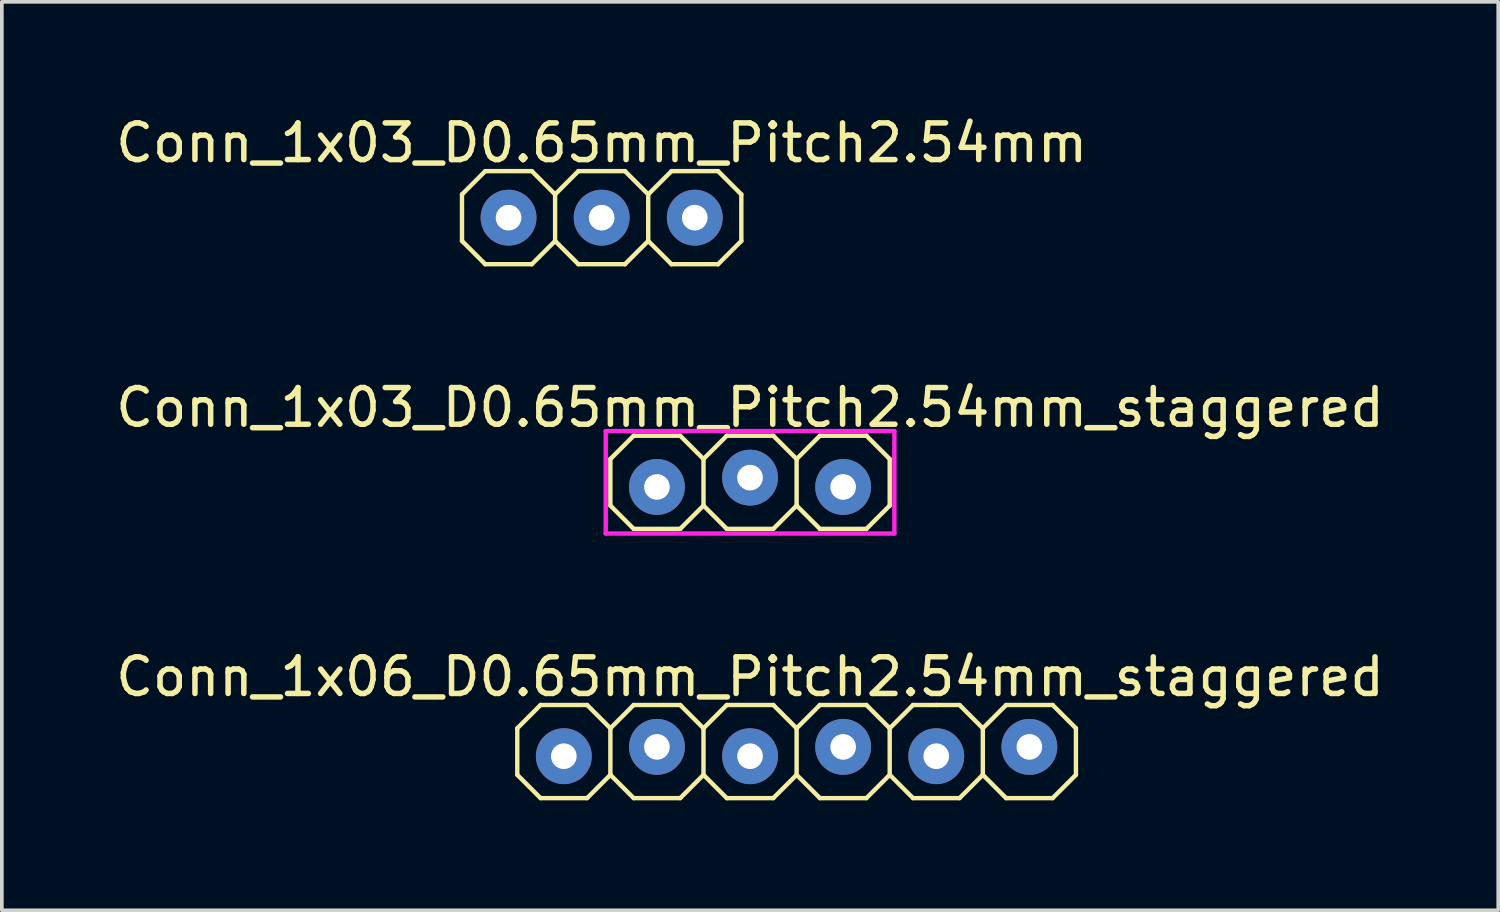
<source format=kicad_pcb>
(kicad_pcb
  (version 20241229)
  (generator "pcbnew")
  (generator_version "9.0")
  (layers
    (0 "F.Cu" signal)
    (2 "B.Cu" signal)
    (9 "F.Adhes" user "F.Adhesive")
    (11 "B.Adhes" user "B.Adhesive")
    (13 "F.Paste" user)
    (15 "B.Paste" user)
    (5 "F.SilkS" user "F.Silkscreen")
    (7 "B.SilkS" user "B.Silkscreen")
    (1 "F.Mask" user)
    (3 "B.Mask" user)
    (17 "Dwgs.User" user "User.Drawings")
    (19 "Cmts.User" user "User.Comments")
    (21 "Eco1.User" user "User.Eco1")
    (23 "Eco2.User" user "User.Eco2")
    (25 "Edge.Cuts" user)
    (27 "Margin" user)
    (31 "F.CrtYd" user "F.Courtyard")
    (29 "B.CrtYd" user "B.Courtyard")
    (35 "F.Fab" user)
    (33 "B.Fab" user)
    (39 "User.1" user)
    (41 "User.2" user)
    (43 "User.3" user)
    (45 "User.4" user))
  (footprint "Conn_1x03_D0.65mm_Pitch2.54mm_staggered"
    (layer "F.Cu")
    (at 17.411 10.107)
    (property "Reference" "Conn_1x03_D0.65mm_Pitch2.54mm_staggered" (at 0 -2.04 0) (layer "F.SilkS") (effects (font (size 1 1) (thickness 0.15))))
    (attr through_hole)
    (fp_line (start -3.81 -0.635) (end -3.81 0.635) (stroke (width 0.12) (type solid)) (layer "F.SilkS"))
    (fp_line (start -3.81 0.635) (end -3.175 1.27) (stroke (width 0.12) (type solid)) (layer "F.SilkS"))
    (fp_line (start -3.175 -1.27) (end -3.81 -0.635) (stroke (width 0.12) (type solid)) (layer "F.SilkS"))
    (fp_line (start -3.175 1.27) (end -1.905 1.27) (stroke (width 0.12) (type solid)) (layer "F.SilkS"))
    (fp_line (start -1.905 -1.27) (end -3.175 -1.27) (stroke (width 0.12) (type solid)) (layer "F.SilkS"))
    (fp_line (start -1.905 1.27) (end -1.27 0.635) (stroke (width 0.12) (type solid)) (layer "F.SilkS"))
    (fp_line (start -1.27 -0.635) (end -1.905 -1.27) (stroke (width 0.12) (type solid)) (layer "F.SilkS"))
    (fp_line (start -1.27 0.635) (end -1.27 -0.635) (stroke (width 0.12) (type solid)) (layer "F.SilkS"))
    (fp_line (start -1.27 0.635) (end -0.635 1.27) (stroke (width 0.12) (type solid)) (layer "F.SilkS"))
    (fp_line (start -0.635 -1.27) (end -1.27 -0.635) (stroke (width 0.12) (type solid)) (layer "F.SilkS"))
    (fp_line (start -0.635 1.27) (end 0.635 1.27) (stroke (width 0.12) (type solid)) (layer "F.SilkS"))
    (fp_line (start 0.635 -1.27) (end -0.635 -1.27) (stroke (width 0.12) (type solid)) (layer "F.SilkS"))
    (fp_line (start 0.635 1.27) (end 1.27 0.635) (stroke (width 0.12) (type solid)) (layer "F.SilkS"))
    (fp_line (start 1.27 -0.635) (end 0.635 -1.27) (stroke (width 0.12) (type solid)) (layer "F.SilkS"))
    (fp_line (start 1.27 0.635) (end 1.27 -0.635) (stroke (width 0.12) (type solid)) (layer "F.SilkS"))
    (fp_line (start 1.27 0.635) (end 1.905 1.27) (stroke (width 0.12) (type solid)) (layer "F.SilkS"))
    (fp_line (start 1.905 -1.27) (end 1.27 -0.635) (stroke (width 0.12) (type solid)) (layer "F.SilkS"))
    (fp_line (start 1.905 1.27) (end 3.175 1.27) (stroke (width 0.12) (type solid)) (layer "F.SilkS"))
    (fp_line (start 3.175 -1.27) (end 1.905 -1.27) (stroke (width 0.12) (type solid)) (layer "F.SilkS"))
    (fp_line (start 3.175 1.27) (end 3.81 0.635) (stroke (width 0.12) (type solid)) (layer "F.SilkS"))
    (fp_line (start 3.81 -0.635) (end 3.175 -1.27) (stroke (width 0.12) (type solid)) (layer "F.SilkS"))
    (fp_line (start 3.81 0.635) (end 3.81 -0.635) (stroke (width 0.12) (type solid)) (layer "F.SilkS"))
    (fp_line (start -3.937 -1.397) (end 3.937 -1.397) (stroke (width 0.12) (type solid)) (layer "F.CrtYd"))
    (fp_line (start -3.937 1.397) (end -3.937 -1.397) (stroke (width 0.12) (type solid)) (layer "F.CrtYd"))
    (fp_line (start -3.937 1.397) (end 3.937 1.397) (stroke (width 0.12) (type solid)) (layer "F.CrtYd"))
    (fp_line (start 3.937 1.397) (end 3.937 -1.397) (stroke (width 0.12) (type solid)) (layer "F.CrtYd"))
    (pad "1" thru_hole circle (at -2.54 0.127) (size 1.524 1.524) (drill 0.7) (layers "*.Cu" "*.Mask"))
    (pad "2" thru_hole circle (at 0 -0.127) (size 1.524 1.524) (drill 0.7) (layers "*.Cu" "*.Mask"))
    (pad "3" thru_hole circle (at 2.54 0.127) (size 1.524 1.524) (drill 0.7) (layers "*.Cu" "*.Mask")))
  (footprint "Conn_1x03_D0.65mm_Pitch2.54mm"
    (layer "F.Cu")
    (at 13.363 2.888)
    (property "Reference" "Conn_1x03_D0.65mm_Pitch2.54mm" (at 0 -2.04 0) (layer "F.SilkS") (effects (font (size 1 1) (thickness 0.15))))
    (attr through_hole)
    (fp_line (start -3.81 -0.635) (end -3.81 0.635) (stroke (width 0.12) (type solid)) (layer "F.SilkS"))
    (fp_line (start -3.81 0.635) (end -3.175 1.27) (stroke (width 0.12) (type solid)) (layer "F.SilkS"))
    (fp_line (start -3.175 -1.27) (end -3.81 -0.635) (stroke (width 0.12) (type solid)) (layer "F.SilkS"))
    (fp_line (start -3.175 1.27) (end -1.905 1.27) (stroke (width 0.12) (type solid)) (layer "F.SilkS"))
    (fp_line (start -1.905 -1.27) (end -3.175 -1.27) (stroke (width 0.12) (type solid)) (layer "F.SilkS"))
    (fp_line (start -1.905 1.27) (end -1.27 0.635) (stroke (width 0.12) (type solid)) (layer "F.SilkS"))
    (fp_line (start -1.27 -0.635) (end -1.905 -1.27) (stroke (width 0.12) (type solid)) (layer "F.SilkS"))
    (fp_line (start -1.27 0.635) (end -1.27 -0.635) (stroke (width 0.12) (type solid)) (layer "F.SilkS"))
    (fp_line (start -1.27 0.635) (end -0.635 1.27) (stroke (width 0.12) (type solid)) (layer "F.SilkS"))
    (fp_line (start -0.635 -1.27) (end -1.27 -0.635) (stroke (width 0.12) (type solid)) (layer "F.SilkS"))
    (fp_line (start -0.635 1.27) (end 0.635 1.27) (stroke (width 0.12) (type solid)) (layer "F.SilkS"))
    (fp_line (start 0.635 -1.27) (end -0.635 -1.27) (stroke (width 0.12) (type solid)) (layer "F.SilkS"))
    (fp_line (start 0.635 1.27) (end 1.27 0.635) (stroke (width 0.12) (type solid)) (layer "F.SilkS"))
    (fp_line (start 1.27 -0.635) (end 0.635 -1.27) (stroke (width 0.12) (type solid)) (layer "F.SilkS"))
    (fp_line (start 1.27 0.635) (end 1.27 -0.635) (stroke (width 0.12) (type solid)) (layer "F.SilkS"))
    (fp_line (start 1.27 0.635) (end 1.905 1.27) (stroke (width 0.12) (type solid)) (layer "F.SilkS"))
    (fp_line (start 1.905 -1.27) (end 1.27 -0.635) (stroke (width 0.12) (type solid)) (layer "F.SilkS"))
    (fp_line (start 1.905 1.27) (end 3.175 1.27) (stroke (width 0.12) (type solid)) (layer "F.SilkS"))
    (fp_line (start 3.175 -1.27) (end 1.905 -1.27) (stroke (width 0.12) (type solid)) (layer "F.SilkS"))
    (fp_line (start 3.175 1.27) (end 3.81 0.635) (stroke (width 0.12) (type solid)) (layer "F.SilkS"))
    (fp_line (start 3.81 -0.635) (end 3.175 -1.27) (stroke (width 0.12) (type solid)) (layer "F.SilkS"))
    (fp_line (start 3.81 0.635) (end 3.81 -0.635) (stroke (width 0.12) (type solid)) (layer "F.SilkS"))
    (pad "1" thru_hole circle (at -2.54 0) (size 1.524 1.524) (drill 0.7) (layers "*.Cu" "*.Mask"))
    (pad "2" thru_hole circle (at 0 0) (size 1.524 1.524) (drill 0.7) (layers "*.Cu" "*.Mask"))
    (pad "3" thru_hole circle (at 2.54 0) (size 1.524 1.524) (drill 0.7) (layers "*.Cu" "*.Mask")))
  (footprint "Conn_1x06_D0.65mm_Pitch2.54mm_staggered"
    (layer "F.Cu")
    (at 17.411 17.452)
    (property "Reference" "Conn_1x06_D0.65mm_Pitch2.54mm_staggered" (at 0 -2.04 0) (layer "F.SilkS") (effects (font (size 1 1) (thickness 0.15))))
    (attr through_hole)
    (fp_line (start -6.35 -0.635) (end -6.35 0.635) (stroke (width 0.12) (type solid)) (layer "F.SilkS"))
    (fp_line (start -6.35 0.635) (end -5.715 1.27) (stroke (width 0.12) (type solid)) (layer "F.SilkS"))
    (fp_line (start -5.715 -1.27) (end -6.35 -0.635) (stroke (width 0.12) (type solid)) (layer "F.SilkS"))
    (fp_line (start -5.715 1.27) (end -4.445 1.27) (stroke (width 0.12) (type solid)) (layer "F.SilkS"))
    (fp_line (start -4.445 -1.27) (end -5.715 -1.27) (stroke (width 0.12) (type solid)) (layer "F.SilkS"))
    (fp_line (start -4.445 1.27) (end -3.81 0.635) (stroke (width 0.12) (type solid)) (layer "F.SilkS"))
    (fp_line (start -3.81 -0.635) (end -4.445 -1.27) (stroke (width 0.12) (type solid)) (layer "F.SilkS"))
    (fp_line (start -3.81 0.635) (end -3.81 -0.635) (stroke (width 0.12) (type solid)) (layer "F.SilkS"))
    (fp_line (start -3.81 0.635) (end -3.175 1.27) (stroke (width 0.12) (type solid)) (layer "F.SilkS"))
    (fp_line (start -3.175 -1.27) (end -3.81 -0.635) (stroke (width 0.12) (type solid)) (layer "F.SilkS"))
    (fp_line (start -3.175 1.27) (end -1.905 1.27) (stroke (width 0.12) (type solid)) (layer "F.SilkS"))
    (fp_line (start -1.905 -1.27) (end -3.175 -1.27) (stroke (width 0.12) (type solid)) (layer "F.SilkS"))
    (fp_line (start -1.905 1.27) (end -1.27 0.635) (stroke (width 0.12) (type solid)) (layer "F.SilkS"))
    (fp_line (start -1.27 -0.635) (end -1.905 -1.27) (stroke (width 0.12) (type solid)) (layer "F.SilkS"))
    (fp_line (start -1.27 0.635) (end -1.27 -0.635) (stroke (width 0.12) (type solid)) (layer "F.SilkS"))
    (fp_line (start -1.27 0.635) (end -0.635 1.27) (stroke (width 0.12) (type solid)) (layer "F.SilkS"))
    (fp_line (start -0.635 -1.27) (end -1.27 -0.635) (stroke (width 0.12) (type solid)) (layer "F.SilkS"))
    (fp_line (start -0.635 1.27) (end 0.635 1.27) (stroke (width 0.12) (type solid)) (layer "F.SilkS"))
    (fp_line (start 0.635 -1.27) (end -0.635 -1.27) (stroke (width 0.12) (type solid)) (layer "F.SilkS"))
    (fp_line (start 0.635 1.27) (end 1.27 0.635) (stroke (width 0.12) (type solid)) (layer "F.SilkS"))
    (fp_line (start 1.27 -0.635) (end 0.635 -1.27) (stroke (width 0.12) (type solid)) (layer "F.SilkS"))
    (fp_line (start 1.27 0.635) (end 1.27 -0.635) (stroke (width 0.12) (type solid)) (layer "F.SilkS"))
    (fp_line (start 1.27 0.635) (end 1.905 1.27) (stroke (width 0.12) (type solid)) (layer "F.SilkS"))
    (fp_line (start 1.905 -1.27) (end 1.27 -0.635) (stroke (width 0.12) (type solid)) (layer "F.SilkS"))
    (fp_line (start 1.905 1.27) (end 3.175 1.27) (stroke (width 0.12) (type solid)) (layer "F.SilkS"))
    (fp_line (start 3.175 -1.27) (end 1.905 -1.27) (stroke (width 0.12) (type solid)) (layer "F.SilkS"))
    (fp_line (start 3.175 1.27) (end 3.81 0.635) (stroke (width 0.12) (type solid)) (layer "F.SilkS"))
    (fp_line (start 3.81 -0.635) (end 3.175 -1.27) (stroke (width 0.12) (type solid)) (layer "F.SilkS"))
    (fp_line (start 3.81 0.635) (end 3.81 -0.635) (stroke (width 0.12) (type solid)) (layer "F.SilkS"))
    (fp_line (start 3.81 0.635) (end 4.445 1.27) (stroke (width 0.12) (type solid)) (layer "F.SilkS"))
    (fp_line (start 4.445 -1.27) (end 3.81 -0.635) (stroke (width 0.12) (type solid)) (layer "F.SilkS"))
    (fp_line (start 4.445 1.27) (end 5.715 1.27) (stroke (width 0.12) (type solid)) (layer "F.SilkS"))
    (fp_line (start 5.08 -1.27) (end 4.445 -1.27) (stroke (width 0.12) (type solid)) (layer "F.SilkS"))
    (fp_line (start 5.715 -1.27) (end 5.08 -1.27) (stroke (width 0.12) (type solid)) (layer "F.SilkS"))
    (fp_line (start 5.715 1.27) (end 6.35 0.635) (stroke (width 0.12) (type solid)) (layer "F.SilkS"))
    (fp_line (start 6.35 -0.635) (end 5.715 -1.27) (stroke (width 0.12) (type solid)) (layer "F.SilkS"))
    (fp_line (start 6.35 0.635) (end 6.35 -0.635) (stroke (width 0.12) (type solid)) (layer "F.SilkS"))
    (fp_line (start 6.35 0.635) (end 6.985 1.27) (stroke (width 0.12) (type solid)) (layer "F.SilkS"))
    (fp_line (start 6.985 -1.27) (end 6.35 -0.635) (stroke (width 0.12) (type solid)) (layer "F.SilkS"))
    (fp_line (start 6.985 1.27) (end 8.255 1.27) (stroke (width 0.12) (type solid)) (layer "F.SilkS"))
    (fp_line (start 8.255 -1.27) (end 6.985 -1.27) (stroke (width 0.12) (type solid)) (layer "F.SilkS"))
    (fp_line (start 8.255 1.27) (end 8.89 0.635) (stroke (width 0.12) (type solid)) (layer "F.SilkS"))
    (fp_line (start 8.89 -0.635) (end 8.255 -1.27) (stroke (width 0.12) (type solid)) (layer "F.SilkS"))
    (fp_line (start 8.89 0.635) (end 8.89 -0.635) (stroke (width 0.12) (type solid)) (layer "F.SilkS"))
    (pad "1" thru_hole circle (at -5.08 0.127) (size 1.524 1.524) (drill 0.7) (layers "*.Cu" "*.Mask"))
    (pad "2" thru_hole circle (at -2.54 -0.127) (size 1.524 1.524) (drill 0.7) (layers "*.Cu" "*.Mask"))
    (pad "3" thru_hole circle (at 0 0.127) (size 1.524 1.524) (drill 0.7) (layers "*.Cu" "*.Mask"))
    (pad "4" thru_hole circle (at 2.54 -0.127) (size 1.524 1.524) (drill 0.7) (layers "*.Cu" "*.Mask"))
    (pad "5" thru_hole circle (at 5.08 0.127) (size 1.524 1.524) (drill 0.7) (layers "*.Cu" "*.Mask"))
    (pad "6" thru_hole circle (at 7.62 -0.127) (size 1.524 1.524) (drill 0.7) (layers "*.Cu" "*.Mask")))
  (gr_rect
    (start -3 -3)
    (end 37.821 21.782)
    (stroke (width 0.1) (type default))
    (fill no)
    (layer "Edge.Cuts")))
</source>
